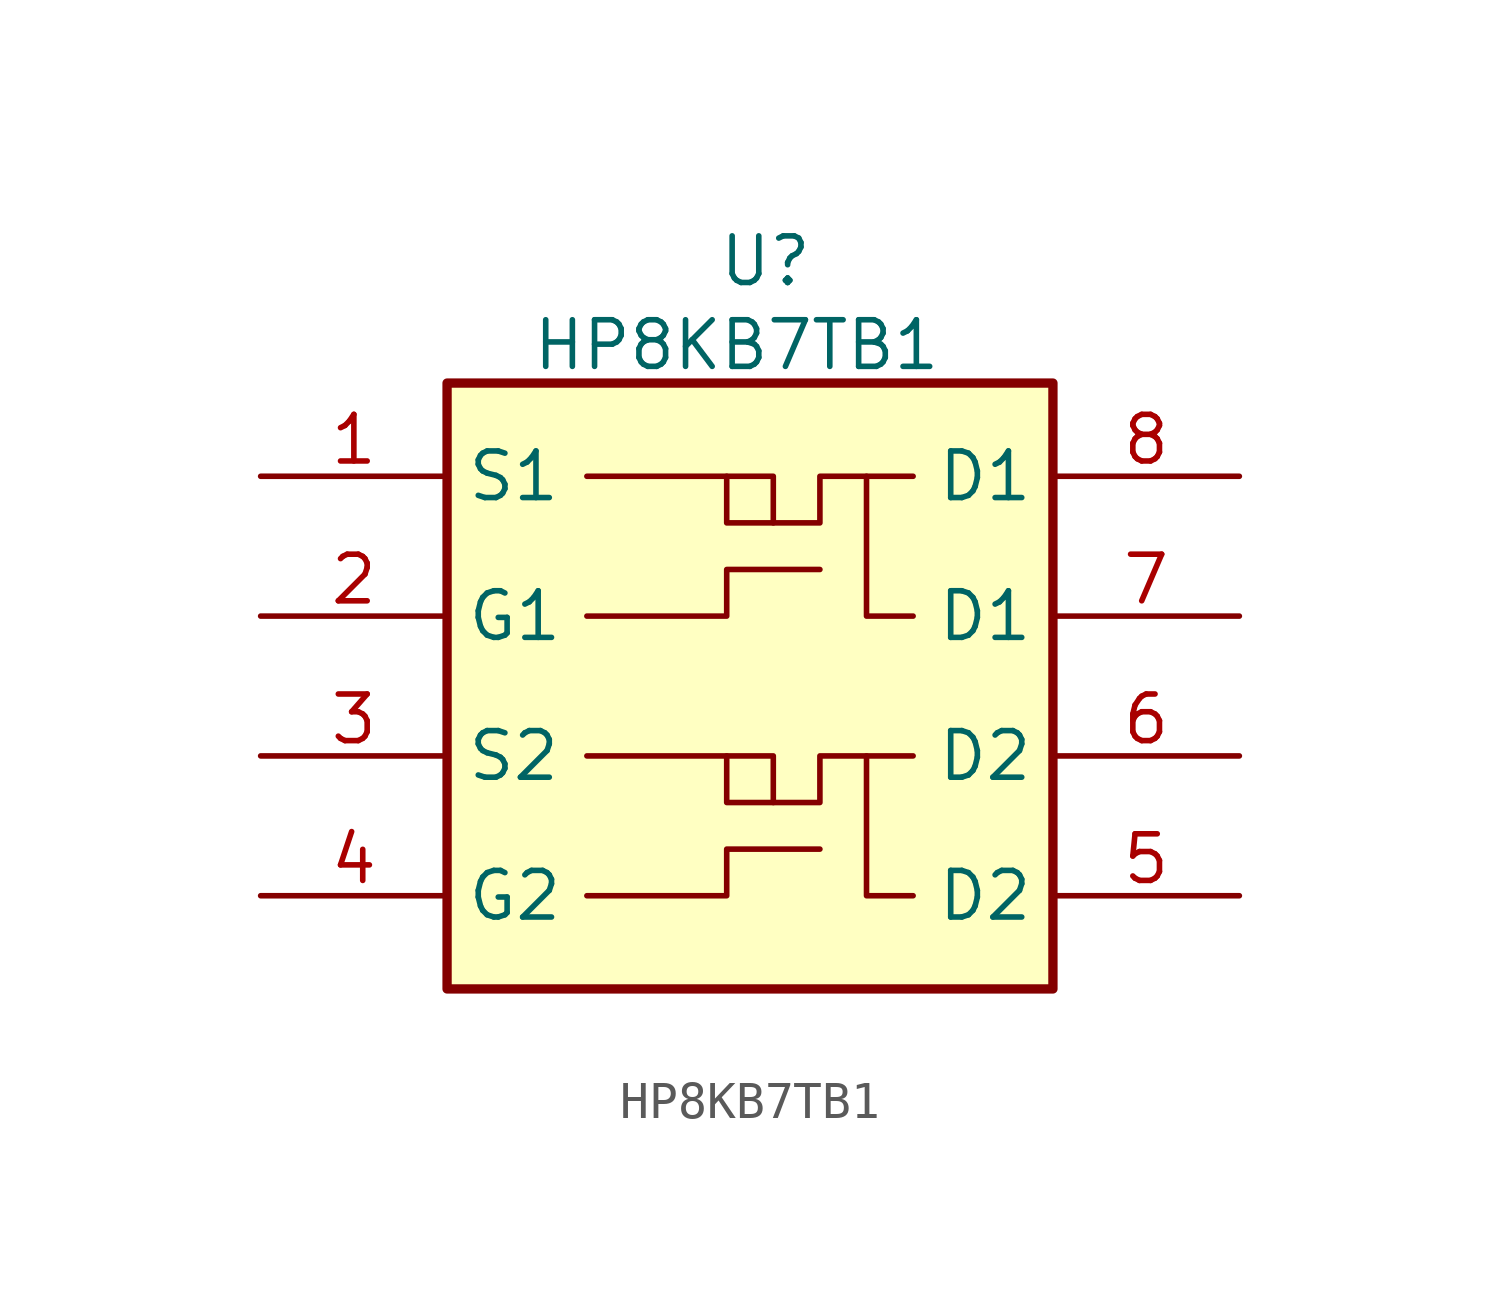
<source format=kicad_sym>
(kicad_symbol_lib
  (version 20241209)
  (generator "kicad_symbol_editor")
  (generator_version "9.0")
  (symbol "HP8KB7TB1"
    (property "Reference" "U"
      (at -1.524 10.414 0)
      (effects (font (size 1.27 1.27)) (justify left top)))
    (property "Value" "HP8KB7TB1"
      (at -6.604 8.128 0)
      (effects (font (size 1.27 1.27)) (justify left top)))
    (symbol "HP8KB7TB1_0_1"
      (polyline (pts (xy -5.08 3.81) (xy -1.27 3.81) (xy -1.27 2.54) (xy 1.27 2.54) (xy 1.27 3.81) (xy 3.81 3.81)) (stroke (width 0) (type default)) (fill (type none)))
      (polyline (pts (xy -5.08 -3.81) (xy -1.27 -3.81) (xy -1.27 -5.08) (xy 1.27 -5.08) (xy 1.27 -3.81) (xy 3.81 -3.81)) (stroke (width 0) (type default)) (fill (type none)))
      (polyline (pts (xy 0 2.54) (xy 0 3.81) (xy -1.27 3.81)) (stroke (width 0) (type default)) (fill (type none)))
      (polyline (pts (xy 0 -5.08) (xy 0 -3.81) (xy -1.27 -3.81)) (stroke (width 0) (type default)) (fill (type none)))
      (polyline (pts (xy 1.27 1.27) (xy -1.27 1.27) (xy -1.27 0) (xy -5.08 0)) (stroke (width 0) (type default)) (fill (type none)))
      (polyline (pts (xy 1.27 -6.35) (xy -1.27 -6.35) (xy -1.27 -7.62) (xy -5.08 -7.62)) (stroke (width 0) (type default)) (fill (type none)))
      (polyline (pts (xy 2.54 3.81) (xy 2.54 0) (xy 3.81 0)) (stroke (width 0) (type default)) (fill (type none)))
      (polyline (pts (xy 2.54 -3.81) (xy 2.54 -7.62) (xy 3.81 -7.62)) (stroke (width 0) (type default)) (fill (type none))))
    (symbol "HP8KB7TB1_1_1"
      (rectangle (start -8.89 6.35) (end 7.62 -10.16) (stroke (width 0.254) (type default)) (fill (type background)))
      (pin passive line (at -13.97 3.81 0) (length 5.08) (name "S1" (effects (font (size 1.27 1.27)))) (number "1" (effects (font (size 1.27 1.27)))))
      (pin passive line (at -13.97 0 0) (length 5.08) (name "G1" (effects (font (size 1.27 1.27)))) (number "2" (effects (font (size 1.27 1.27)))))
      (pin passive line (at -13.97 -3.81 0) (length 5.08) (name "S2" (effects (font (size 1.27 1.27)))) (number "3" (effects (font (size 1.27 1.27)))))
      (pin passive line (at -13.97 -7.62 0) (length 5.08) (name "G2" (effects (font (size 1.27 1.27)))) (number "4" (effects (font (size 1.27 1.27)))))
      (pin passive line (at 12.7 3.81 180) (length 5.08) (name "D1" (effects (font (size 1.27 1.27)))) (number "8" (effects (font (size 1.27 1.27)))))
      (pin passive line (at 12.7 0 180) (length 5.08) (name "D1" (effects (font (size 1.27 1.27)))) (number "7" (effects (font (size 1.27 1.27)))))
      (pin passive line (at 12.7 -3.81 180) (length 5.08) (name "D2" (effects (font (size 1.27 1.27)))) (number "6" (effects (font (size 1.27 1.27)))))
      (pin passive line (at 12.7 -7.62 180) (length 5.08) (name "D2" (effects (font (size 1.27 1.27)))) (number "5" (effects (font (size 1.27 1.27))))))))
</source>
